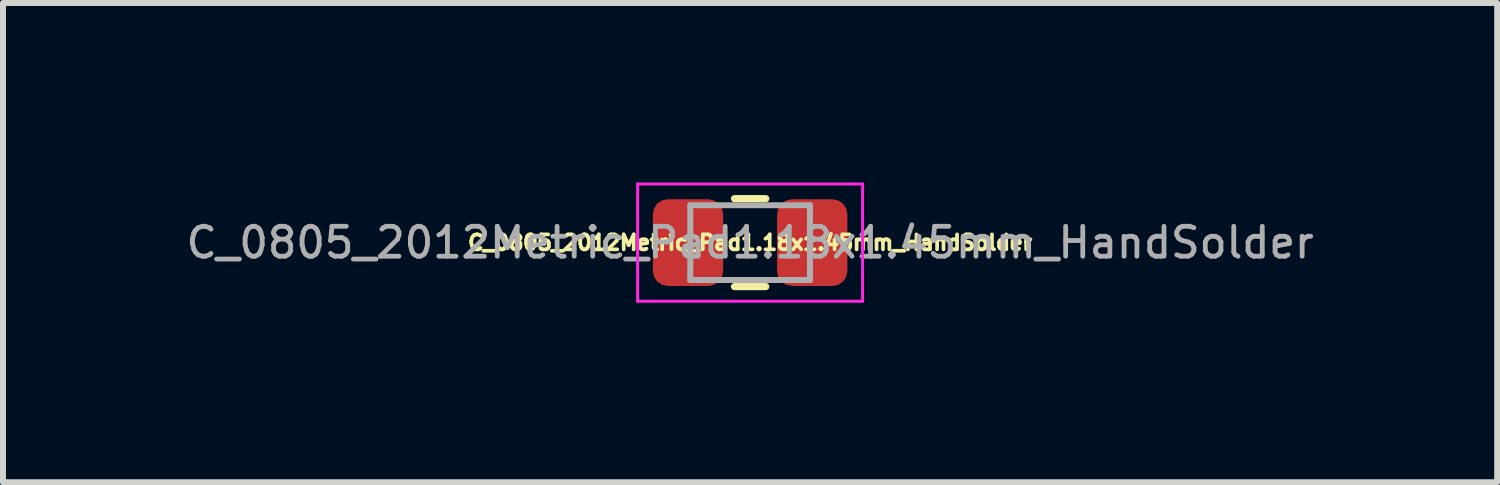
<source format=kicad_pcb>
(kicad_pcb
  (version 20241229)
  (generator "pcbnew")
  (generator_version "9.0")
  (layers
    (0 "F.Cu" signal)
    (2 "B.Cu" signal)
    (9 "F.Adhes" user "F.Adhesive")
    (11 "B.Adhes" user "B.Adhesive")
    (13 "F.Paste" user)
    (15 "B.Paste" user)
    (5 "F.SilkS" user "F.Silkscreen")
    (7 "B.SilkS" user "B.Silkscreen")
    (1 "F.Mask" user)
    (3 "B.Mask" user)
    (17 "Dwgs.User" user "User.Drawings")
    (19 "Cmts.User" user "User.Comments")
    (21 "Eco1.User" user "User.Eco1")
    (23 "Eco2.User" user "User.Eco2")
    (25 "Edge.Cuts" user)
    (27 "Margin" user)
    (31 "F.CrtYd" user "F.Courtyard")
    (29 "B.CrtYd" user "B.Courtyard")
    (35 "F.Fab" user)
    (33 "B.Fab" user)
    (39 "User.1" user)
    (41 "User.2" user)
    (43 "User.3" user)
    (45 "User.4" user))
  (footprint "C_0805_2012Metric_Pad1.18x1.45mm_HandSolder"
    (layer "F.Cu")
    (at 9.487 1.005)
    (property "Reference" "C_0805_2012Metric_Pad1.18x1.45mm_HandSolder" (at 0 0 0) (layer "F.SilkS") (effects (font (size 0.25 0.25) (thickness 0.062))))
    (attr smd)
    (fp_line (start -0.261 -0.735) (end 0.261 -0.735) (stroke (width 0.12) (type solid)) (layer "F.SilkS"))
    (fp_line (start -0.261 0.735) (end 0.261 0.735) (stroke (width 0.12) (type solid)) (layer "F.SilkS"))
    (fp_line (start -1.88 -0.98) (end 1.88 -0.98) (stroke (width 0.05) (type solid)) (layer "F.CrtYd"))
    (fp_line (start -1.88 0.98) (end -1.88 -0.98) (stroke (width 0.05) (type solid)) (layer "F.CrtYd"))
    (fp_line (start 1.88 -0.98) (end 1.88 0.98) (stroke (width 0.05) (type solid)) (layer "F.CrtYd"))
    (fp_line (start 1.88 0.98) (end -1.88 0.98) (stroke (width 0.05) (type solid)) (layer "F.CrtYd"))
    (fp_line (start -1 -0.625) (end 1 -0.625) (stroke (width 0.1) (type solid)) (layer "F.Fab"))
    (fp_line (start -1 0.625) (end -1 -0.625) (stroke (width 0.1) (type solid)) (layer "F.Fab"))
    (fp_line (start 1 -0.625) (end 1 0.625) (stroke (width 0.1) (type solid)) (layer "F.Fab"))
    (fp_line (start 1 0.625) (end -1 0.625) (stroke (width 0.1) (type solid)) (layer "F.Fab"))
    (fp_text user "${REFERENCE}" (at 0 0 0) (layer "F.Fab") (effects (font (size 0.5 0.5) (thickness 0.08))))
    (pad "1" smd roundrect (at -1.038 0) (size 1.175 1.45) (layers "F.Cu" "F.Mask" "F.Paste") (roundrect_rratio 0.213))
    (pad "2" smd roundrect (at 1.038 0) (size 1.175 1.45) (layers "F.Cu" "F.Mask" "F.Paste") (roundrect_rratio 0.213)))
  (gr_rect
    (start -3 -3)
    (end 21.973 5.01)
    (stroke (width 0.1) (type default))
    (fill no)
    (layer "Edge.Cuts")))
</source>
